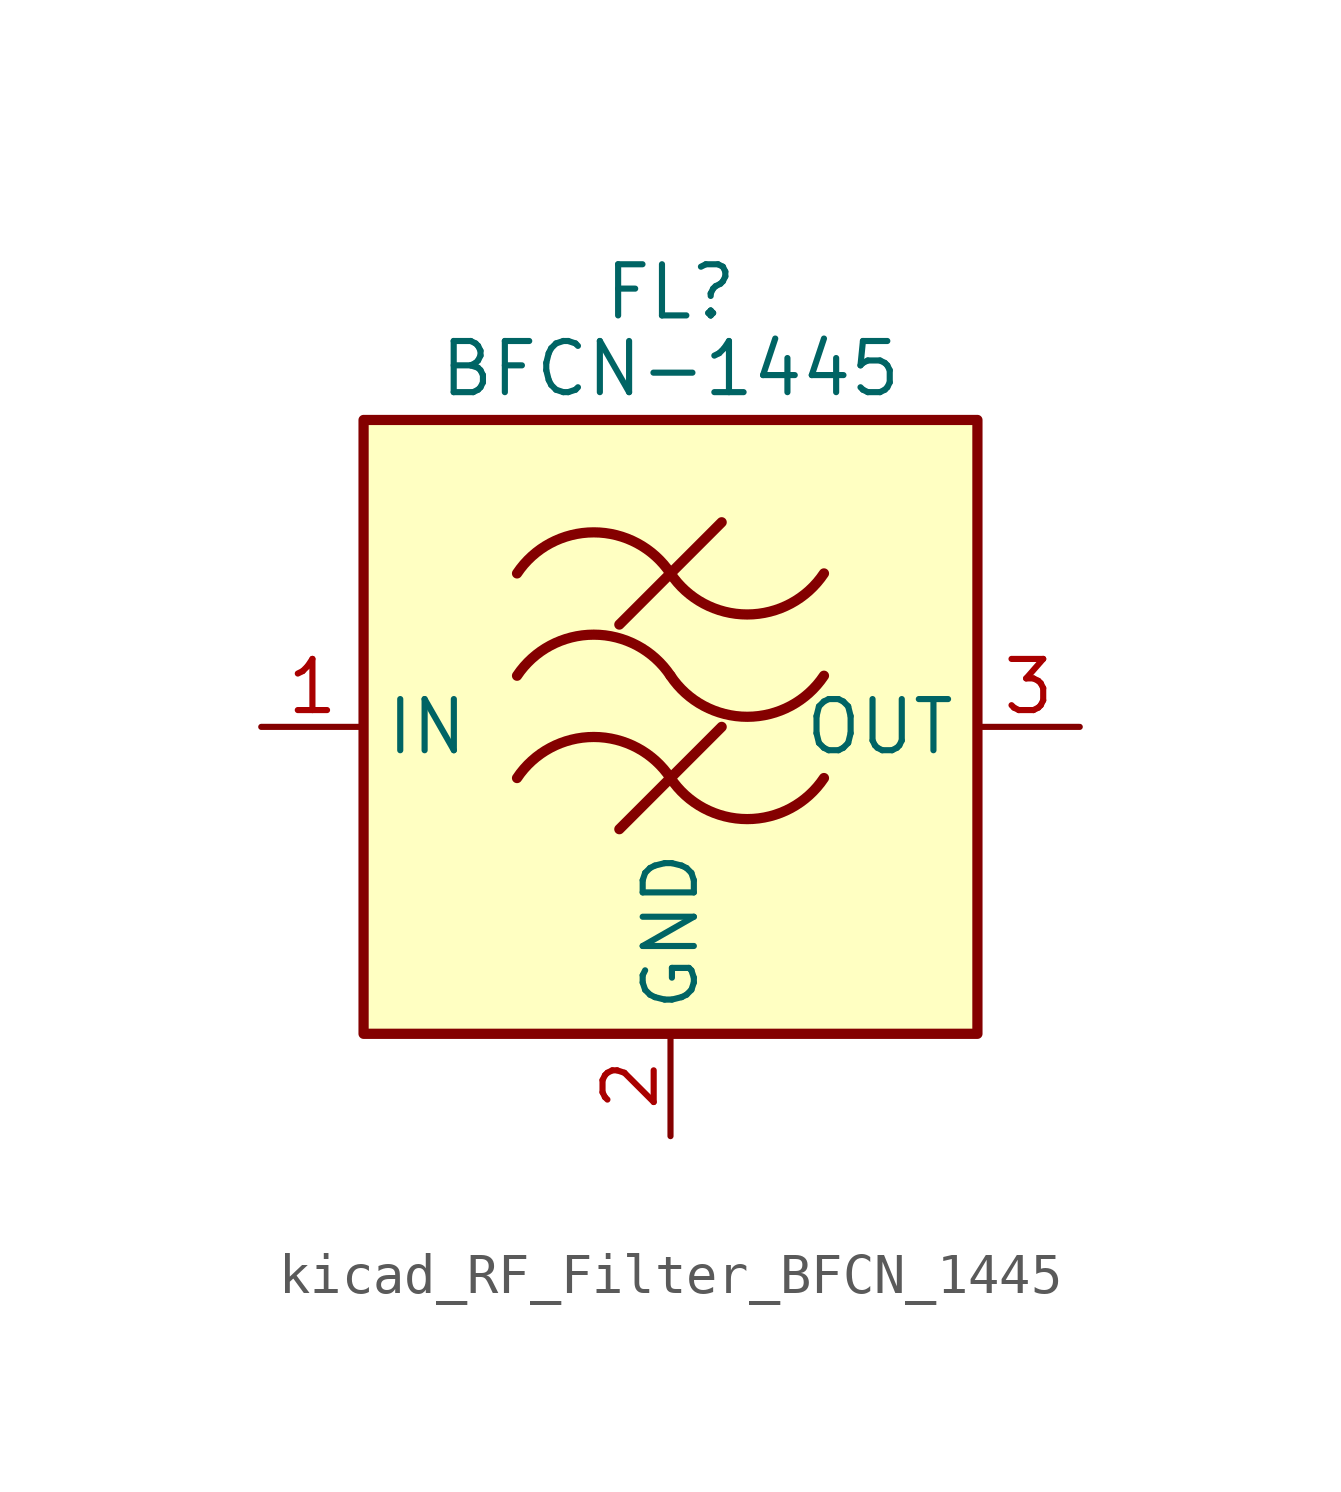
<source format=kicad_sym>
(kicad_symbol_lib
  (version 20220914)
  (generator kicad_symbol_editor)
  (symbol "kicad_RF_Filter_BFCN_1445"
    (property "Reference" "FL"
      (at 0 10.795 0)
      (effects (font (size 1.27 1.27))))
    (property "Value" "BFCN-1445"
      (at 0 8.89 0)
      (effects (font (size 1.27 1.27))))
    (symbol "kicad_RF_Filter_BFCN_1445_0_1"
      (rectangle (start -7.62 7.62) (end 7.62 -7.62) (stroke (width 0.254) (type default)) (fill (type background)))
      (arc (start 0 -1.27) (mid -1.905 -0.2505) (end -3.81 -1.27) (stroke (width 0.254) (type default)) (fill (type none)))
      (arc (start 0 -1.27) (mid 1.905 -2.2895) (end 3.81 -1.27) (stroke (width 0.254) (type default)) (fill (type none)))
      (polyline (pts (xy -1.27 -2.54) (xy 1.27 0)) (stroke (width 0.254) (type default)) (fill (type none)))
      (polyline (pts (xy -1.27 2.54) (xy 1.27 5.08)) (stroke (width 0.254) (type default)) (fill (type none)))
      (arc (start 0 1.27) (mid -1.905 2.2895) (end -3.81 1.27) (stroke (width 0.254) (type default)) (fill (type none)))
      (arc (start 0 1.27) (mid 1.905 0.2505) (end 3.81 1.27) (stroke (width 0.254) (type default)) (fill (type none)))
      (arc (start 0 3.81) (mid -1.905 4.8295) (end -3.81 3.81) (stroke (width 0.254) (type default)) (fill (type none)))
      (arc (start 0 3.81) (mid 1.905 2.7905) (end 3.81 3.81) (stroke (width 0.254) (type default)) (fill (type none))))
    (symbol "kicad_RF_Filter_BFCN_1445_1_1"
      (pin passive line (at -10.16 0 0) (length 2.54) (name "IN" (effects (font (size 1.27 1.27)))) (number "1" (effects (font (size 1.27 1.27)))))
      (pin passive line (at 0 -10.16 90) (length 2.54) (name "GND" (effects (font (size 1.27 1.27)))) (number "2" (effects (font (size 1.27 1.27)))))
      (pin passive line (at 10.16 0 180) (length 2.54) (name "OUT" (effects (font (size 1.27 1.27)))) (number "3" (effects (font (size 1.27 1.27)))))
      (pin passive line (at 0 -10.16 90) (length 2.54) hide (name "GND" (effects (font (size 1.27 1.27)))) (number "4" (effects (font (size 1.27 1.27))))))))
</source>
